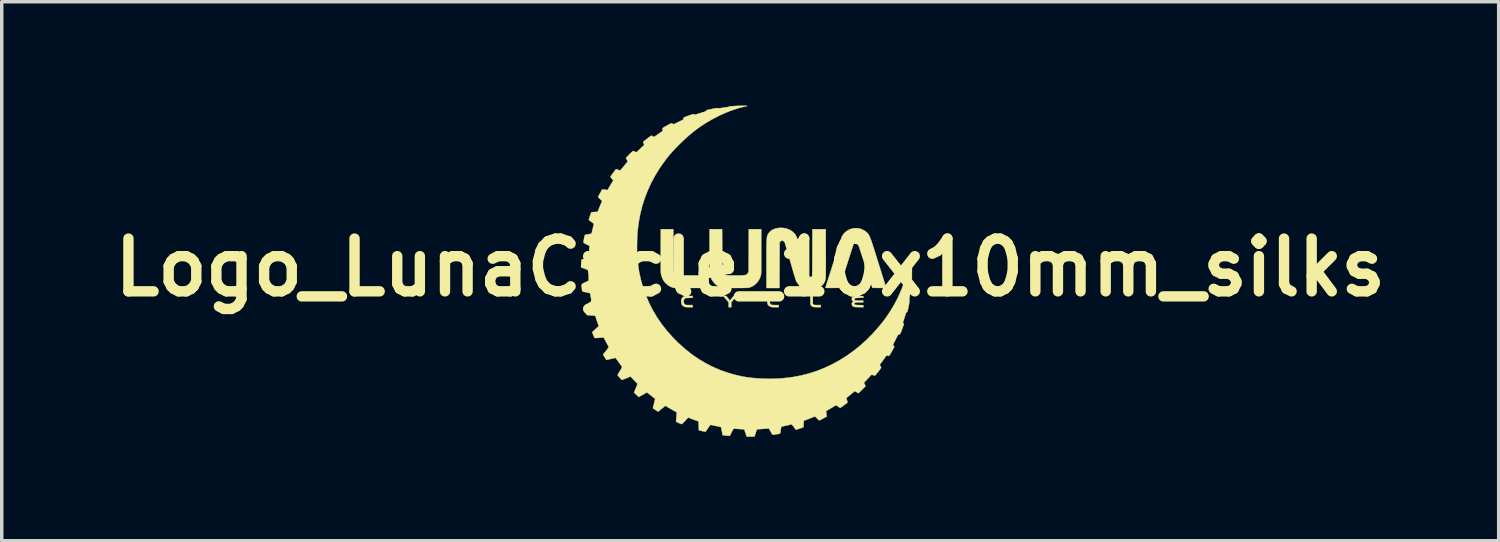
<source format=kicad_pcb>
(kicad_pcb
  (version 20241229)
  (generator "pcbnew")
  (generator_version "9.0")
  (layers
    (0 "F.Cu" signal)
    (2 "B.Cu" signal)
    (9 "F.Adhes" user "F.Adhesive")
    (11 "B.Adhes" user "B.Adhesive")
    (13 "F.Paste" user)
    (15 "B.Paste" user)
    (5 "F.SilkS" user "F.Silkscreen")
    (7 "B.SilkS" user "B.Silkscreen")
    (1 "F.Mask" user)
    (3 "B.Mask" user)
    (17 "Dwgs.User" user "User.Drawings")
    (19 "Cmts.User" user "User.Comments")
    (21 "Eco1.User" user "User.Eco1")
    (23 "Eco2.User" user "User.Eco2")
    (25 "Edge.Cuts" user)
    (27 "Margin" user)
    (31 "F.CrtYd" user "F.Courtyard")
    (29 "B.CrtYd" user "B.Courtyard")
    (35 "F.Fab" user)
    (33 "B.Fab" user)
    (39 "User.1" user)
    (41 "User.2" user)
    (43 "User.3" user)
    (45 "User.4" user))
  (footprint "Logo_LunaCycle_10x10mm_silks"
    (layer "F.Cu")
    (at 18.622 4.677)
    (property "Reference" "Logo_LunaCycle_10x10mm_silks" (at 0 0 0) (layer "F.SilkS") (effects (font (size 1.524 1.524) (thickness 0.3))))
    (attr through_hole)
    (fp_poly (pts (xy -0.425 0.862) (xy -0.446 0.888) (xy -0.473 0.918) (xy -0.499 0.949) (xy -0.502 0.953) (xy -0.546 1.004) (xy -0.546 1.076) (xy -0.546 1.147) (xy -0.623 1.147) (xy -0.623 1.006) (xy -0.679 0.941) (xy -0.704 0.911) (xy -0.728 0.883) (xy -0.748 0.86) (xy -0.757 0.85) (xy -0.779 0.824) (xy -0.689 0.824) (xy -0.639 0.889) (xy -0.618 0.916) (xy -0.601 0.937) (xy -0.589 0.95) (xy -0.585 0.954) (xy -0.579 0.948) (xy -0.566 0.933) (xy -0.547 0.91) (xy -0.531 0.889) (xy -0.481 0.825) (xy -0.436 0.824) (xy -0.391 0.824) (xy -0.425 0.862)) (stroke (width 0.01) (type solid)) (fill yes) (layer "F.SilkS"))
    (fp_poly (pts (xy 1.809 1.053) (xy 1.829 1.069) (xy 1.839 1.076) (xy 1.851 1.081) (xy 1.869 1.083) (xy 1.894 1.085) (xy 1.931 1.085) (xy 1.945 1.085) (xy 2.04 1.085) (xy 2.04 1.147) (xy 1.934 1.146) (xy 1.878 1.145) (xy 1.837 1.142) (xy 1.811 1.137) (xy 1.804 1.135) (xy 1.783 1.122) (xy 1.762 1.103) (xy 1.76 1.1) (xy 1.752 1.091) (xy 1.747 1.081) (xy 1.743 1.069) (xy 1.741 1.052) (xy 1.74 1.027) (xy 1.74 0.99) (xy 1.74 0.958) (xy 1.739 0.916) (xy 1.739 0.88) (xy 1.739 0.853) (xy 1.738 0.836) (xy 1.738 0.833) (xy 1.743 0.829) (xy 1.76 0.826) (xy 1.772 0.825) (xy 1.809 0.823) (xy 1.809 1.053)) (stroke (width 0.01) (type solid)) (fill yes) (layer "F.SilkS"))
    (fp_poly (pts (xy 0.824 0.876) (xy 0.722 0.879) (xy 0.677 0.88) (xy 0.645 0.882) (xy 0.623 0.886) (xy 0.608 0.89) (xy 0.599 0.895) (xy 0.578 0.918) (xy 0.566 0.948) (xy 0.562 0.982) (xy 0.566 1.016) (xy 0.578 1.046) (xy 0.597 1.069) (xy 0.612 1.078) (xy 0.628 1.081) (xy 0.654 1.083) (xy 0.689 1.085) (xy 0.728 1.085) (xy 0.824 1.085) (xy 0.824 1.147) (xy 0.718 1.147) (xy 0.675 1.146) (xy 0.644 1.146) (xy 0.621 1.143) (xy 0.603 1.14) (xy 0.587 1.134) (xy 0.57 1.126) (xy 0.534 1.102) (xy 0.51 1.072) (xy 0.497 1.034) (xy 0.493 0.985) (xy 0.493 0.984) (xy 0.495 0.941) (xy 0.504 0.908) (xy 0.507 0.902) (xy 0.523 0.875) (xy 0.542 0.855) (xy 0.565 0.841) (xy 0.596 0.831) (xy 0.636 0.826) (xy 0.688 0.824) (xy 0.716 0.824) (xy 0.824 0.824) (xy 0.824 0.876)) (stroke (width 0.01) (type solid)) (fill yes) (layer "F.SilkS"))
    (fp_poly (pts (xy -1.663 0.876) (xy -1.765 0.879) (xy -1.809 0.88) (xy -1.841 0.882) (xy -1.863 0.886) (xy -1.878 0.89) (xy -1.887 0.895) (xy -1.908 0.918) (xy -1.92 0.949) (xy -1.924 0.983) (xy -1.919 1.018) (xy -1.906 1.048) (xy -1.884 1.07) (xy -1.879 1.073) (xy -1.864 1.079) (xy -1.841 1.083) (xy -1.809 1.085) (xy -1.764 1.085) (xy -1.759 1.085) (xy -1.663 1.085) (xy -1.663 1.147) (xy -1.768 1.147) (xy -1.811 1.146) (xy -1.843 1.146) (xy -1.865 1.143) (xy -1.883 1.14) (xy -1.899 1.134) (xy -1.916 1.126) (xy -1.952 1.102) (xy -1.976 1.072) (xy -1.989 1.034) (xy -1.994 0.985) (xy -1.994 0.984) (xy -1.991 0.941) (xy -1.982 0.908) (xy -1.979 0.902) (xy -1.963 0.875) (xy -1.944 0.855) (xy -1.921 0.841) (xy -1.89 0.831) (xy -1.85 0.826) (xy -1.798 0.824) (xy -1.771 0.824) (xy -1.663 0.824) (xy -1.663 0.876)) (stroke (width 0.01) (type solid)) (fill yes) (layer "F.SilkS"))
    (fp_poly (pts (xy -2.217 -0.489) (xy -2.213 0.127) (xy -2.194 0.162) (xy -2.167 0.196) (xy -2.144 0.212) (xy -2.136 0.215) (xy -2.128 0.218) (xy -2.118 0.22) (xy -2.105 0.222) (xy -2.086 0.224) (xy -2.062 0.225) (xy -2.03 0.226) (xy -1.99 0.227) (xy -1.94 0.228) (xy -1.879 0.228) (xy -1.806 0.229) (xy -1.719 0.229) (xy -1.684 0.229) (xy -1.255 0.232) (xy -1.255 0.593) (xy -1.73 0.592) (xy -1.827 0.592) (xy -1.91 0.592) (xy -1.981 0.592) (xy -2.039 0.592) (xy -2.088 0.591) (xy -2.127 0.591) (xy -2.158 0.59) (xy -2.183 0.589) (xy -2.202 0.587) (xy -2.217 0.585) (xy -2.229 0.583) (xy -2.24 0.58) (xy -2.25 0.577) (xy -2.255 0.575) (xy -2.332 0.541) (xy -2.401 0.494) (xy -2.46 0.437) (xy -2.509 0.369) (xy -2.547 0.292) (xy -2.572 0.208) (xy -2.578 0.177) (xy -2.58 0.158) (xy -2.582 0.123) (xy -2.583 0.074) (xy -2.584 0.009) (xy -2.584 -0.071) (xy -2.585 -0.166) (xy -2.585 -0.277) (xy -2.585 -0.403) (xy -2.585 -0.489) (xy -2.582 -1.105) (xy -2.221 -1.105) (xy -2.217 -0.489)) (stroke (width 0.01) (type solid)) (fill yes) (layer "F.SilkS"))
    (fp_poly (pts (xy 3.105 0.825) (xy 3.138 0.825) (xy 3.267 0.827) (xy 3.267 0.874) (xy 3.151 0.877) (xy 3.1 0.88) (xy 3.063 0.883) (xy 3.037 0.887) (xy 3.021 0.893) (xy 3.012 0.902) (xy 3.01 0.913) (xy 3.01 0.916) (xy 3.015 0.931) (xy 3.024 0.942) (xy 3.032 0.947) (xy 3.044 0.95) (xy 3.063 0.953) (xy 3.092 0.954) (xy 3.133 0.954) (xy 3.151 0.954) (xy 3.264 0.954) (xy 3.264 1.008) (xy 3.154 1.008) (xy 3.102 1.009) (xy 3.063 1.012) (xy 3.036 1.016) (xy 3.02 1.024) (xy 3.011 1.034) (xy 3.01 1.045) (xy 3.011 1.058) (xy 3.015 1.068) (xy 3.025 1.074) (xy 3.042 1.079) (xy 3.069 1.082) (xy 3.107 1.084) (xy 3.146 1.085) (xy 3.267 1.089) (xy 3.27 1.118) (xy 3.272 1.147) (xy 3.143 1.146) (xy 3.084 1.145) (xy 3.04 1.143) (xy 3.009 1.14) (xy 2.991 1.136) (xy 2.99 1.135) (xy 2.959 1.115) (xy 2.941 1.087) (xy 2.935 1.064) (xy 2.934 1.043) (xy 2.939 1.027) (xy 2.954 1.008) (xy 2.956 1.006) (xy 2.97 0.988) (xy 2.974 0.979) (xy 2.97 0.974) (xy 2.968 0.973) (xy 2.954 0.961) (xy 2.941 0.941) (xy 2.934 0.918) (xy 2.933 0.908) (xy 2.94 0.879) (xy 2.958 0.853) (xy 2.982 0.836) (xy 2.995 0.831) (xy 3.011 0.828) (xy 3.033 0.826) (xy 3.063 0.825) (xy 3.105 0.825)) (stroke (width 0.01) (type solid)) (fill yes) (layer "F.SilkS"))
    (fp_poly (pts (xy -0.808 -0.489) (xy -0.807 -0.375) (xy -0.807 -0.276) (xy -0.806 -0.19) (xy -0.806 -0.117) (xy -0.805 -0.054) (xy -0.804 -0.002) (xy -0.802 0.041) (xy -0.801 0.075) (xy -0.799 0.103) (xy -0.796 0.125) (xy -0.793 0.142) (xy -0.789 0.154) (xy -0.785 0.164) (xy -0.78 0.172) (xy -0.774 0.179) (xy -0.767 0.186) (xy -0.762 0.191) (xy -0.752 0.2) (xy -0.742 0.208) (xy -0.73 0.214) (xy -0.713 0.219) (xy -0.691 0.222) (xy -0.662 0.225) (xy -0.623 0.226) (xy -0.574 0.228) (xy -0.512 0.229) (xy -0.457 0.229) (xy -0.373 0.23) (xy -0.304 0.23) (xy -0.247 0.229) (xy -0.2 0.226) (xy -0.164 0.222) (xy -0.135 0.217) (xy -0.113 0.208) (xy -0.096 0.198) (xy -0.083 0.184) (xy -0.071 0.168) (xy -0.063 0.153) (xy -0.045 0.117) (xy -0.044 -0.494) (xy -0.042 -1.105) (xy 0.319 -1.105) (xy 0.319 -0.458) (xy 0.319 -0.343) (xy 0.319 -0.242) (xy 0.319 -0.154) (xy 0.319 -0.079) (xy 0.319 -0.014) (xy 0.318 0.04) (xy 0.318 0.085) (xy 0.317 0.121) (xy 0.316 0.151) (xy 0.315 0.175) (xy 0.313 0.194) (xy 0.311 0.209) (xy 0.309 0.221) (xy 0.307 0.231) (xy 0.305 0.239) (xy 0.275 0.319) (xy 0.233 0.392) (xy 0.18 0.456) (xy 0.118 0.51) (xy 0.048 0.553) (xy -0.023 0.58) (xy -0.034 0.583) (xy -0.049 0.586) (xy -0.067 0.588) (xy -0.091 0.589) (xy -0.122 0.59) (xy -0.161 0.591) (xy -0.21 0.592) (xy -0.27 0.592) (xy -0.343 0.592) (xy -0.429 0.593) (xy -0.431 0.593) (xy -0.515 0.592) (xy -0.586 0.592) (xy -0.644 0.592) (xy -0.691 0.592) (xy -0.729 0.591) (xy -0.758 0.59) (xy -0.781 0.589) (xy -0.799 0.587) (xy -0.813 0.584) (xy -0.826 0.582) (xy -0.837 0.578) (xy -0.849 0.574) (xy -0.902 0.552) (xy -0.947 0.527) (xy -0.989 0.495) (xy -1.028 0.459) (xy -1.079 0.399) (xy -1.114 0.342) (xy -1.124 0.322) (xy -1.133 0.304) (xy -1.141 0.288) (xy -1.148 0.271) (xy -1.154 0.253) (xy -1.158 0.233) (xy -1.162 0.21) (xy -1.166 0.181) (xy -1.168 0.148) (xy -1.17 0.108) (xy -1.172 0.06) (xy -1.173 0.003) (xy -1.173 -0.063) (xy -1.174 -0.141) (xy -1.174 -0.23) (xy -1.174 -0.333) (xy -1.174 -0.449) (xy -1.174 -1.105) (xy -0.812 -1.105) (xy -0.808 -0.489)) (stroke (width 0.01) (type solid)) (fill yes) (layer "F.SilkS"))
    (fp_poly (pts (xy 3.169 -1.122) (xy 3.181 -1.119) (xy 3.239 -1.097) (xy 3.295 -1.068) (xy 3.346 -1.033) (xy 3.381 -1.001) (xy 3.397 -0.984) (xy 3.411 -0.965) (xy 3.424 -0.945) (xy 3.438 -0.922) (xy 3.451 -0.895) (xy 3.466 -0.861) (xy 3.481 -0.821) (xy 3.499 -0.773) (xy 3.518 -0.716) (xy 3.54 -0.649) (xy 3.566 -0.57) (xy 3.595 -0.478) (xy 3.618 -0.404) (xy 3.646 -0.315) (xy 3.675 -0.221) (xy 3.705 -0.125) (xy 3.735 -0.03) (xy 3.764 0.062) (xy 3.79 0.148) (xy 3.815 0.225) (xy 3.835 0.29) (xy 3.838 0.299) (xy 3.857 0.361) (xy 3.876 0.42) (xy 3.892 0.472) (xy 3.905 0.516) (xy 3.916 0.551) (xy 3.923 0.574) (xy 3.925 0.585) (xy 3.925 0.585) (xy 3.918 0.588) (xy 3.896 0.59) (xy 3.86 0.591) (xy 3.811 0.591) (xy 3.75 0.591) (xy 3.728 0.591) (xy 3.53 0.589) (xy 3.493 0.477) (xy 3.485 0.451) (xy 3.472 0.412) (xy 3.456 0.361) (xy 3.436 0.3) (xy 3.414 0.23) (xy 3.389 0.153) (xy 3.362 0.07) (xy 3.334 -0.017) (xy 3.305 -0.106) (xy 3.283 -0.173) (xy 3.255 -0.261) (xy 3.227 -0.345) (xy 3.201 -0.424) (xy 3.177 -0.497) (xy 3.156 -0.562) (xy 3.137 -0.618) (xy 3.121 -0.664) (xy 3.108 -0.699) (xy 3.099 -0.722) (xy 3.095 -0.731) (xy 3.074 -0.748) (xy 3.054 -0.753) (xy 3.033 -0.752) (xy 3.018 -0.743) (xy 3.011 -0.734) (xy 3.009 -0.729) (xy 3.006 -0.723) (xy 3.002 -0.715) (xy 2.997 -0.703) (xy 2.991 -0.687) (xy 2.984 -0.667) (xy 2.975 -0.641) (xy 2.964 -0.609) (xy 2.951 -0.569) (xy 2.936 -0.522) (xy 2.918 -0.467) (xy 2.897 -0.402) (xy 2.873 -0.328) (xy 2.846 -0.242) (xy 2.815 -0.145) (xy 2.78 -0.037) (xy 2.742 0.085) (xy 2.698 0.221) (xy 2.683 0.269) (xy 2.581 0.589) (xy 2.381 0.591) (xy 2.327 0.591) (xy 2.278 0.591) (xy 2.237 0.591) (xy 2.205 0.59) (xy 2.184 0.589) (xy 2.177 0.588) (xy 2.177 0.58) (xy 2.181 0.56) (xy 2.189 0.532) (xy 2.194 0.517) (xy 2.2 0.497) (xy 2.211 0.464) (xy 2.225 0.419) (xy 2.243 0.365) (xy 2.263 0.302) (xy 2.285 0.234) (xy 2.308 0.16) (xy 2.332 0.083) (xy 2.343 0.05) (xy 2.386 -0.085) (xy 2.424 -0.205) (xy 2.458 -0.313) (xy 2.489 -0.409) (xy 2.516 -0.493) (xy 2.539 -0.566) (xy 2.56 -0.63) (xy 2.578 -0.684) (xy 2.593 -0.731) (xy 2.606 -0.77) (xy 2.617 -0.802) (xy 2.626 -0.829) (xy 2.634 -0.851) (xy 2.64 -0.868) (xy 2.646 -0.882) (xy 2.651 -0.894) (xy 2.655 -0.904) (xy 2.656 -0.905) (xy 2.694 -0.966) (xy 2.744 -1.019) (xy 2.803 -1.063) (xy 2.869 -1.098) (xy 2.941 -1.122) (xy 3.016 -1.134) (xy 3.093 -1.135) (xy 3.169 -1.122)) (stroke (width 0.01) (type solid)) (fill yes) (layer "F.SilkS"))
    (fp_poly (pts (xy 0.978 -1.139) (xy 1.059 -1.12) (xy 1.136 -1.09) (xy 1.205 -1.049) (xy 1.258 -1.004) (xy 1.273 -0.988) (xy 1.287 -0.973) (xy 1.3 -0.957) (xy 1.312 -0.939) (xy 1.323 -0.919) (xy 1.335 -0.894) (xy 1.348 -0.864) (xy 1.361 -0.828) (xy 1.376 -0.785) (xy 1.393 -0.733) (xy 1.411 -0.673) (xy 1.433 -0.601) (xy 1.457 -0.519) (xy 1.484 -0.424) (xy 1.515 -0.315) (xy 1.521 -0.296) (xy 1.546 -0.209) (xy 1.57 -0.125) (xy 1.592 -0.047) (xy 1.613 0.024) (xy 1.632 0.088) (xy 1.648 0.143) (xy 1.662 0.188) (xy 1.672 0.221) (xy 1.678 0.241) (xy 1.681 0.248) (xy 1.699 0.264) (xy 1.724 0.273) (xy 1.751 0.274) (xy 1.775 0.267) (xy 1.785 0.259) (xy 1.787 0.25) (xy 1.788 0.228) (xy 1.79 0.193) (xy 1.791 0.144) (xy 1.792 0.081) (xy 1.793 0.004) (xy 1.794 -0.088) (xy 1.794 -0.194) (xy 1.795 -0.315) (xy 1.795 -0.428) (xy 1.797 -1.105) (xy 2.182 -1.105) (xy 2.184 -0.412) (xy 2.185 -0.287) (xy 2.185 -0.177) (xy 2.185 -0.081) (xy 2.185 0.004) (xy 2.185 0.076) (xy 2.184 0.139) (xy 2.183 0.192) (xy 2.182 0.237) (xy 2.18 0.274) (xy 2.178 0.306) (xy 2.175 0.331) (xy 2.171 0.353) (xy 2.167 0.371) (xy 2.162 0.387) (xy 2.156 0.402) (xy 2.15 0.416) (xy 2.142 0.431) (xy 2.14 0.436) (xy 2.106 0.488) (xy 2.061 0.536) (xy 2.007 0.577) (xy 1.949 0.608) (xy 1.893 0.627) (xy 1.846 0.635) (xy 1.798 0.638) (xy 1.744 0.635) (xy 1.682 0.627) (xy 1.622 0.616) (xy 1.573 0.602) (xy 1.528 0.585) (xy 1.489 0.565) (xy 1.448 0.538) (xy 1.407 0.501) (xy 1.37 0.46) (xy 1.341 0.419) (xy 1.33 0.4) (xy 1.324 0.383) (xy 1.314 0.354) (xy 1.301 0.313) (xy 1.286 0.263) (xy 1.268 0.206) (xy 1.249 0.142) (xy 1.23 0.075) (xy 1.22 0.042) (xy 1.184 -0.084) (xy 1.152 -0.195) (xy 1.124 -0.294) (xy 1.099 -0.38) (xy 1.077 -0.455) (xy 1.058 -0.519) (xy 1.042 -0.573) (xy 1.029 -0.617) (xy 1.018 -0.653) (xy 1.009 -0.682) (xy 1.002 -0.704) (xy 0.997 -0.719) (xy 0.992 -0.73) (xy 0.989 -0.736) (xy 0.989 -0.736) (xy 0.965 -0.762) (xy 0.936 -0.774) (xy 0.906 -0.773) (xy 0.877 -0.758) (xy 0.869 -0.75) (xy 0.851 -0.73) (xy 0.846 0.593) (xy 0.47 0.593) (xy 0.47 -0.092) (xy 0.47 -0.218) (xy 0.47 -0.329) (xy 0.47 -0.427) (xy 0.47 -0.513) (xy 0.471 -0.587) (xy 0.472 -0.651) (xy 0.473 -0.705) (xy 0.474 -0.751) (xy 0.476 -0.79) (xy 0.478 -0.822) (xy 0.481 -0.849) (xy 0.484 -0.872) (xy 0.488 -0.891) (xy 0.492 -0.907) (xy 0.497 -0.923) (xy 0.502 -0.937) (xy 0.524 -0.979) (xy 0.556 -1.021) (xy 0.596 -1.058) (xy 0.64 -1.088) (xy 0.649 -1.093) (xy 0.728 -1.123) (xy 0.81 -1.141) (xy 0.894 -1.146) (xy 0.978 -1.139)) (stroke (width 0.01) (type solid)) (fill yes) (layer "F.SilkS"))
    (fp_poly (pts (xy -0.154 -4.672) (xy -0.121 -4.671) (xy -0.098 -4.669) (xy -0.089 -4.666) (xy -0.089 -4.664) (xy -0.099 -4.658) (xy -0.111 -4.657) (xy -0.126 -4.655) (xy -0.154 -4.649) (xy -0.19 -4.64) (xy -0.233 -4.63) (xy -0.279 -4.618) (xy -0.327 -4.605) (xy -0.372 -4.592) (xy -0.408 -4.581) (xy -0.575 -4.524) (xy -0.747 -4.454) (xy -0.92 -4.374) (xy -1.092 -4.284) (xy -1.261 -4.186) (xy -1.423 -4.082) (xy -1.566 -3.979) (xy -1.671 -3.897) (xy -1.782 -3.804) (xy -1.894 -3.703) (xy -2.006 -3.597) (xy -2.115 -3.488) (xy -2.218 -3.38) (xy -2.312 -3.274) (xy -2.347 -3.233) (xy -2.383 -3.189) (xy -2.424 -3.136) (xy -2.468 -3.076) (xy -2.513 -3.015) (xy -2.556 -2.954) (xy -2.595 -2.899) (xy -2.613 -2.872) (xy -2.743 -2.661) (xy -2.859 -2.446) (xy -2.96 -2.226) (xy -3.047 -2.003) (xy -3.12 -1.773) (xy -3.178 -1.539) (xy -3.222 -1.297) (xy -3.252 -1.054) (xy -3.258 -0.982) (xy -3.263 -0.898) (xy -3.266 -0.806) (xy -3.269 -0.71) (xy -3.27 -0.614) (xy -3.269 -0.522) (xy -3.268 -0.437) (xy -3.265 -0.362) (xy -3.264 -0.35) (xy -3.25 -0.18) (xy -3.23 -0.012) (xy -3.206 0.139) (xy -3.155 0.369) (xy -3.09 0.595) (xy -3.011 0.815) (xy -2.918 1.03) (xy -2.811 1.239) (xy -2.69 1.441) (xy -2.555 1.638) (xy -2.407 1.827) (xy -2.246 2.009) (xy -2.072 2.184) (xy -1.884 2.352) (xy -1.866 2.367) (xy -1.682 2.512) (xy -1.492 2.643) (xy -1.297 2.76) (xy -1.096 2.864) (xy -0.887 2.955) (xy -0.777 2.996) (xy -0.699 3.023) (xy -0.612 3.051) (xy -0.522 3.077) (xy -0.43 3.102) (xy -0.342 3.123) (xy -0.262 3.141) (xy -0.208 3.152) (xy -0.154 3.161) (xy -0.112 3.168) (xy -0.078 3.173) (xy -0.048 3.178) (xy -0.018 3.182) (xy 0.015 3.185) (xy 0.056 3.19) (xy 0.058 3.19) (xy 0.321 3.21) (xy 0.581 3.216) (xy 0.839 3.208) (xy 1.093 3.184) (xy 1.24 3.164) (xy 1.475 3.119) (xy 1.706 3.06) (xy 1.932 2.986) (xy 2.155 2.898) (xy 2.372 2.795) (xy 2.583 2.679) (xy 2.789 2.55) (xy 2.989 2.407) (xy 3.183 2.251) (xy 3.369 2.082) (xy 3.548 1.901) (xy 3.719 1.707) (xy 3.854 1.539) (xy 3.931 1.434) (xy 4.01 1.318) (xy 4.087 1.196) (xy 4.16 1.072) (xy 4.226 0.951) (xy 4.281 0.84) (xy 4.379 0.615) (xy 4.464 0.382) (xy 4.534 0.145) (xy 4.567 0.008) (xy 4.58 -0.052) (xy 4.593 -0.113) (xy 4.604 -0.175) (xy 4.615 -0.233) (xy 4.623 -0.286) (xy 4.629 -0.331) (xy 4.633 -0.365) (xy 4.634 -0.38) (xy 4.635 -0.403) (xy 4.64 -0.417) (xy 4.645 -0.419) (xy 4.65 -0.407) (xy 4.652 -0.399) (xy 4.657 -0.357) (xy 4.662 -0.304) (xy 4.666 -0.243) (xy 4.669 -0.175) (xy 4.671 -0.1) (xy 4.672 -0.022) (xy 4.673 0.058) (xy 4.673 0.139) (xy 4.672 0.219) (xy 4.671 0.296) (xy 4.669 0.369) (xy 4.666 0.436) (xy 4.662 0.496) (xy 4.658 0.546) (xy 4.654 0.585) (xy 4.648 0.611) (xy 4.644 0.621) (xy 4.636 0.641) (xy 4.633 0.664) (xy 4.632 0.68) (xy 4.628 0.708) (xy 4.623 0.744) (xy 4.616 0.787) (xy 4.611 0.816) (xy 4.603 0.867) (xy 4.598 0.905) (xy 4.596 0.932) (xy 4.596 0.949) (xy 4.598 0.956) (xy 4.601 0.966) (xy 4.6 0.982) (xy 4.597 1.008) (xy 4.591 1.045) (xy 4.581 1.094) (xy 4.578 1.112) (xy 4.566 1.169) (xy 4.556 1.213) (xy 4.549 1.245) (xy 4.542 1.267) (xy 4.537 1.281) (xy 4.531 1.289) (xy 4.525 1.293) (xy 4.519 1.293) (xy 4.506 1.299) (xy 4.499 1.316) (xy 4.495 1.331) (xy 4.487 1.357) (xy 4.476 1.393) (xy 4.463 1.434) (xy 4.452 1.468) (xy 4.411 1.597) (xy 4.427 1.614) (xy 4.443 1.631) (xy 4.402 1.741) (xy 4.381 1.798) (xy 4.365 1.843) (xy 4.351 1.876) (xy 4.34 1.9) (xy 4.331 1.916) (xy 4.323 1.925) (xy 4.314 1.931) (xy 4.304 1.933) (xy 4.3 1.933) (xy 4.291 1.934) (xy 4.283 1.937) (xy 4.276 1.943) (xy 4.267 1.954) (xy 4.257 1.971) (xy 4.243 1.997) (xy 4.225 2.033) (xy 4.201 2.081) (xy 4.198 2.088) (xy 4.122 2.24) (xy 4.166 2.285) (xy 4.124 2.365) (xy 4.088 2.43) (xy 4.059 2.481) (xy 4.036 2.519) (xy 4.018 2.543) (xy 4.006 2.554) (xy 4.003 2.555) (xy 3.988 2.553) (xy 3.966 2.549) (xy 3.963 2.548) (xy 3.935 2.542) (xy 3.897 2.597) (xy 3.877 2.625) (xy 3.852 2.661) (xy 3.824 2.7) (xy 3.8 2.732) (xy 3.741 2.812) (xy 3.755 2.836) (xy 3.768 2.857) (xy 3.779 2.876) (xy 3.779 2.876) (xy 3.782 2.882) (xy 3.782 2.89) (xy 3.778 2.901) (xy 3.769 2.917) (xy 3.753 2.939) (xy 3.73 2.97) (xy 3.702 3.006) (xy 3.674 3.042) (xy 3.648 3.073) (xy 3.627 3.099) (xy 3.612 3.116) (xy 3.604 3.123) (xy 3.592 3.122) (xy 3.571 3.117) (xy 3.551 3.111) (xy 3.508 3.094) (xy 3.434 3.173) (xy 3.403 3.206) (xy 3.373 3.238) (xy 3.345 3.267) (xy 3.325 3.288) (xy 3.323 3.29) (xy 3.286 3.328) (xy 3.31 3.378) (xy 3.333 3.428) (xy 3.231 3.53) (xy 3.129 3.633) (xy 3.019 3.573) (xy 2.977 3.608) (xy 2.955 3.627) (xy 2.924 3.652) (xy 2.89 3.68) (xy 2.859 3.704) (xy 2.83 3.728) (xy 2.806 3.747) (xy 2.788 3.761) (xy 2.78 3.768) (xy 2.78 3.768) (xy 2.781 3.775) (xy 2.785 3.795) (xy 2.792 3.821) (xy 2.796 3.835) (xy 2.805 3.869) (xy 2.809 3.891) (xy 2.808 3.904) (xy 2.806 3.907) (xy 2.755 3.946) (xy 2.709 3.98) (xy 2.669 4.009) (xy 2.637 4.032) (xy 2.614 4.048) (xy 2.601 4.056) (xy 2.6 4.056) (xy 2.59 4.052) (xy 2.572 4.04) (xy 2.548 4.024) (xy 2.54 4.018) (xy 2.515 4) (xy 2.495 3.987) (xy 2.483 3.98) (xy 2.481 3.979) (xy 2.472 3.983) (xy 2.453 3.994) (xy 2.426 4.009) (xy 2.393 4.029) (xy 2.382 4.036) (xy 2.343 4.059) (xy 2.304 4.082) (xy 2.269 4.102) (xy 2.243 4.117) (xy 2.241 4.118) (xy 2.192 4.145) (xy 2.197 4.183) (xy 2.201 4.215) (xy 2.205 4.25) (xy 2.206 4.264) (xy 2.211 4.306) (xy 2.107 4.362) (xy 2.071 4.382) (xy 2.039 4.398) (xy 2.014 4.41) (xy 1.998 4.417) (xy 1.995 4.418) (xy 1.985 4.413) (xy 1.969 4.399) (xy 1.948 4.378) (xy 1.937 4.367) (xy 1.915 4.344) (xy 1.895 4.325) (xy 1.88 4.312) (xy 1.877 4.31) (xy 1.865 4.309) (xy 1.843 4.314) (xy 1.81 4.326) (xy 1.785 4.336) (xy 1.741 4.354) (xy 1.692 4.374) (xy 1.645 4.391) (xy 1.627 4.398) (xy 1.549 4.427) (xy 1.538 4.618) (xy 1.431 4.653) (xy 1.393 4.665) (xy 1.361 4.675) (xy 1.336 4.683) (xy 1.323 4.687) (xy 1.321 4.687) (xy 1.315 4.682) (xy 1.303 4.666) (xy 1.285 4.642) (xy 1.263 4.613) (xy 1.262 4.61) (xy 1.239 4.581) (xy 1.22 4.557) (xy 1.205 4.54) (xy 1.196 4.534) (xy 1.196 4.534) (xy 1.185 4.535) (xy 1.163 4.54) (xy 1.132 4.547) (xy 1.095 4.555) (xy 1.092 4.556) (xy 1.05 4.566) (xy 1.008 4.575) (xy 0.971 4.584) (xy 0.947 4.589) (xy 0.897 4.599) (xy 0.881 4.697) (xy 0.875 4.734) (xy 0.869 4.765) (xy 0.864 4.787) (xy 0.862 4.798) (xy 0.861 4.798) (xy 0.853 4.801) (xy 0.833 4.805) (xy 0.804 4.81) (xy 0.771 4.816) (xy 0.736 4.822) (xy 0.703 4.827) (xy 0.676 4.831) (xy 0.658 4.833) (xy 0.653 4.834) (xy 0.643 4.827) (xy 0.628 4.806) (xy 0.607 4.77) (xy 0.592 4.743) (xy 0.574 4.71) (xy 0.559 4.682) (xy 0.549 4.662) (xy 0.544 4.652) (xy 0.543 4.652) (xy 0.536 4.652) (xy 0.515 4.653) (xy 0.483 4.655) (xy 0.443 4.658) (xy 0.395 4.661) (xy 0.367 4.663) (xy 0.191 4.676) (xy 0.125 4.884) (xy -0.099 4.888) (xy -0.111 4.855) (xy -0.119 4.833) (xy -0.13 4.802) (xy -0.142 4.766) (xy -0.148 4.749) (xy -0.173 4.676) (xy -0.304 4.667) (xy -0.349 4.664) (xy -0.391 4.661) (xy -0.426 4.659) (xy -0.45 4.658) (xy -0.46 4.657) (xy -0.47 4.658) (xy -0.478 4.66) (xy -0.486 4.667) (xy -0.495 4.681) (xy -0.507 4.703) (xy -0.524 4.735) (xy -0.537 4.761) (xy -0.589 4.864) (xy -0.616 4.864) (xy -0.635 4.863) (xy -0.665 4.86) (xy -0.7 4.857) (xy -0.72 4.854) (xy -0.797 4.845) (xy -0.819 4.73) (xy -0.827 4.69) (xy -0.834 4.655) (xy -0.839 4.629) (xy -0.843 4.614) (xy -0.844 4.611) (xy -0.852 4.609) (xy -0.872 4.604) (xy -0.902 4.598) (xy -0.939 4.59) (xy -0.953 4.587) (xy -0.997 4.578) (xy -1.038 4.569) (xy -1.074 4.561) (xy -1.1 4.555) (xy -1.104 4.555) (xy -1.121 4.55) (xy -1.135 4.548) (xy -1.146 4.55) (xy -1.157 4.557) (xy -1.171 4.571) (xy -1.187 4.594) (xy -1.21 4.627) (xy -1.231 4.658) (xy -1.252 4.69) (xy -1.271 4.716) (xy -1.285 4.736) (xy -1.293 4.745) (xy -1.293 4.745) (xy -1.302 4.745) (xy -1.323 4.741) (xy -1.351 4.735) (xy -1.383 4.728) (xy -1.415 4.72) (xy -1.445 4.713) (xy -1.468 4.706) (xy -1.481 4.702) (xy -1.482 4.701) (xy -1.483 4.693) (xy -1.484 4.672) (xy -1.486 4.641) (xy -1.488 4.603) (xy -1.489 4.572) (xy -1.491 4.53) (xy -1.493 4.493) (xy -1.494 4.465) (xy -1.495 4.448) (xy -1.496 4.445) (xy -1.503 4.442) (xy -1.522 4.435) (xy -1.551 4.425) (xy -1.586 4.412) (xy -1.605 4.405) (xy -1.647 4.39) (xy -1.687 4.375) (xy -1.722 4.362) (xy -1.747 4.352) (xy -1.752 4.35) (xy -1.792 4.334) (xy -1.879 4.429) (xy -1.909 4.461) (xy -1.936 4.488) (xy -1.958 4.509) (xy -1.973 4.522) (xy -1.979 4.525) (xy -1.99 4.522) (xy -2.01 4.514) (xy -2.038 4.503) (xy -2.068 4.49) (xy -2.096 4.477) (xy -2.121 4.465) (xy -2.137 4.456) (xy -2.14 4.453) (xy -2.141 4.445) (xy -2.14 4.424) (xy -2.138 4.392) (xy -2.135 4.353) (xy -2.132 4.318) (xy -2.127 4.27) (xy -2.125 4.235) (xy -2.123 4.211) (xy -2.124 4.195) (xy -2.125 4.186) (xy -2.129 4.18) (xy -2.135 4.176) (xy -2.136 4.176) (xy -2.149 4.168) (xy -2.173 4.155) (xy -2.201 4.14) (xy -2.213 4.133) (xy -2.245 4.116) (xy -2.284 4.093) (xy -2.326 4.068) (xy -2.361 4.048) (xy -2.448 3.995) (xy -2.662 4.165) (xy -2.734 4.117) (xy -2.763 4.098) (xy -2.787 4.082) (xy -2.803 4.07) (xy -2.809 4.066) (xy -2.809 4.058) (xy -2.805 4.038) (xy -2.798 4.007) (xy -2.789 3.969) (xy -2.779 3.928) (xy -2.745 3.793) (xy -2.767 3.776) (xy -2.781 3.766) (xy -2.804 3.748) (xy -2.834 3.725) (xy -2.867 3.698) (xy -2.884 3.685) (xy -2.916 3.659) (xy -2.945 3.637) (xy -2.967 3.621) (xy -2.98 3.611) (xy -2.983 3.61) (xy -2.992 3.614) (xy -3.011 3.624) (xy -3.039 3.639) (xy -3.073 3.659) (xy -3.103 3.676) (xy -3.218 3.742) (xy -3.287 3.679) (xy -3.313 3.655) (xy -3.335 3.634) (xy -3.35 3.62) (xy -3.356 3.614) (xy -3.356 3.614) (xy -3.353 3.606) (xy -3.345 3.587) (xy -3.334 3.558) (xy -3.319 3.522) (xy -3.306 3.49) (xy -3.289 3.449) (xy -3.275 3.414) (xy -3.264 3.386) (xy -3.258 3.368) (xy -3.256 3.363) (xy -3.261 3.356) (xy -3.275 3.34) (xy -3.297 3.316) (xy -3.324 3.287) (xy -3.356 3.254) (xy -3.357 3.254) (xy -3.457 3.15) (xy -3.569 3.195) (xy -3.608 3.211) (xy -3.644 3.225) (xy -3.673 3.236) (xy -3.692 3.243) (xy -3.697 3.245) (xy -3.706 3.245) (xy -3.717 3.24) (xy -3.731 3.227) (xy -3.75 3.206) (xy -3.774 3.179) (xy -3.833 3.108) (xy -3.812 3.072) (xy -3.8 3.051) (xy -3.782 3.021) (xy -3.761 2.986) (xy -3.743 2.956) (xy -3.723 2.921) (xy -3.709 2.893) (xy -3.702 2.874) (xy -3.702 2.868) (xy -3.708 2.859) (xy -3.722 2.84) (xy -3.742 2.813) (xy -3.767 2.779) (xy -3.794 2.742) (xy -3.798 2.736) (xy -3.826 2.699) (xy -3.85 2.665) (xy -3.87 2.638) (xy -3.884 2.62) (xy -3.89 2.611) (xy -3.89 2.611) (xy -3.898 2.612) (xy -3.918 2.617) (xy -3.948 2.624) (xy -3.986 2.632) (xy -4.018 2.64) (xy -4.06 2.65) (xy -4.098 2.659) (xy -4.127 2.665) (xy -4.147 2.668) (xy -4.153 2.668) (xy -4.16 2.66) (xy -4.173 2.643) (xy -4.19 2.618) (xy -4.207 2.591) (xy -4.224 2.564) (xy -4.238 2.54) (xy -4.247 2.522) (xy -4.249 2.516) (xy -4.244 2.508) (xy -4.231 2.49) (xy -4.212 2.464) (xy -4.187 2.434) (xy -4.168 2.411) (xy -4.141 2.377) (xy -4.118 2.348) (xy -4.1 2.324) (xy -4.089 2.308) (xy -4.087 2.303) (xy -4.091 2.293) (xy -4.1 2.272) (xy -4.114 2.245) (xy -4.125 2.226) (xy -4.146 2.186) (xy -4.17 2.141) (xy -4.193 2.098) (xy -4.198 2.087) (xy -4.216 2.053) (xy -4.229 2.032) (xy -4.238 2.022) (xy -4.246 2.019) (xy -4.247 2.019) (xy -4.262 2.022) (xy -4.287 2.025) (xy -4.32 2.028) (xy -4.358 2.031) (xy -4.396 2.034) (xy -4.432 2.037) (xy -4.461 2.038) (xy -4.482 2.038) (xy -4.489 2.038) (xy -4.496 2.029) (xy -4.507 2.01) (xy -4.52 1.982) (xy -4.533 1.952) (xy -4.566 1.87) (xy -4.506 1.814) (xy -4.476 1.786) (xy -4.446 1.759) (xy -4.42 1.735) (xy -4.409 1.725) (xy -4.373 1.692) (xy -4.391 1.645) (xy -4.401 1.619) (xy -4.414 1.583) (xy -4.428 1.542) (xy -4.442 1.499) (xy -4.442 1.497) (xy -4.454 1.46) (xy -4.465 1.429) (xy -4.472 1.407) (xy -4.476 1.395) (xy -4.477 1.394) (xy -4.485 1.393) (xy -4.505 1.391) (xy -4.536 1.389) (xy -4.574 1.386) (xy -4.6 1.384) (xy -4.642 1.381) (xy -4.678 1.378) (xy -4.706 1.375) (xy -4.722 1.371) (xy -4.726 1.37) (xy -4.73 1.36) (xy -4.736 1.339) (xy -4.743 1.311) (xy -4.751 1.279) (xy -4.758 1.247) (xy -4.765 1.218) (xy -4.769 1.195) (xy -4.771 1.183) (xy -4.771 1.182) (xy -4.764 1.178) (xy -4.746 1.166) (xy -4.721 1.148) (xy -4.689 1.127) (xy -4.667 1.113) (xy -4.567 1.046) (xy -4.577 1.002) (xy -4.582 0.977) (xy -4.589 0.942) (xy -4.597 0.901) (xy -4.604 0.858) (xy -4.605 0.852) (xy -4.612 0.813) (xy -4.619 0.781) (xy -4.624 0.756) (xy -4.627 0.744) (xy -4.628 0.742) (xy -4.636 0.74) (xy -4.657 0.735) (xy -4.687 0.728) (xy -4.724 0.721) (xy -4.734 0.718) (xy -4.773 0.71) (xy -4.806 0.703) (xy -4.831 0.696) (xy -4.845 0.691) (xy -4.846 0.69) (xy -4.851 0.679) (xy -4.856 0.656) (xy -4.861 0.626) (xy -4.864 0.602) (xy -4.869 0.558) (xy -4.872 0.526) (xy -4.871 0.503) (xy -4.864 0.486) (xy -4.851 0.472) (xy -4.828 0.459) (xy -4.795 0.442) (xy -4.768 0.429) (xy -4.664 0.377) (xy -4.669 0.229) (xy -4.671 0.171) (xy -4.674 0.127) (xy -4.677 0.097) (xy -4.68 0.079) (xy -4.684 0.073) (xy -4.694 0.068) (xy -4.716 0.058) (xy -4.747 0.047) (xy -4.783 0.034) (xy -4.79 0.031) (xy -4.887 -0.003) (xy -4.883 -0.111) (xy -4.881 -0.151) (xy -4.878 -0.184) (xy -4.876 -0.209) (xy -4.874 -0.223) (xy -4.873 -0.224) (xy -4.864 -0.229) (xy -4.844 -0.236) (xy -4.815 -0.246) (xy -4.78 -0.257) (xy -4.779 -0.258) (xy -4.743 -0.269) (xy -4.712 -0.28) (xy -4.689 -0.289) (xy -4.678 -0.295) (xy -4.673 -0.303) (xy -4.669 -0.322) (xy -4.665 -0.351) (xy -4.66 -0.393) (xy -4.658 -0.431) (xy -4.654 -0.476) (xy -4.651 -0.519) (xy -4.647 -0.555) (xy -4.645 -0.581) (xy -4.644 -0.59) (xy -4.639 -0.623) (xy -4.729 -0.667) (xy -4.767 -0.687) (xy -4.793 -0.702) (xy -4.809 -0.713) (xy -4.817 -0.722) (xy -4.818 -0.727) (xy -4.816 -0.744) (xy -4.812 -0.77) (xy -4.806 -0.803) (xy -4.799 -0.838) (xy -4.792 -0.873) (xy -4.785 -0.903) (xy -4.779 -0.926) (xy -4.775 -0.938) (xy -4.775 -0.939) (xy -4.765 -0.943) (xy -4.743 -0.948) (xy -4.713 -0.954) (xy -4.687 -0.958) (xy -4.646 -0.965) (xy -4.617 -0.97) (xy -4.598 -0.975) (xy -4.587 -0.982) (xy -4.58 -0.992) (xy -4.576 -1.006) (xy -4.573 -1.022) (xy -4.567 -1.048) (xy -4.558 -1.083) (xy -4.549 -1.123) (xy -4.541 -1.156) (xy -4.532 -1.192) (xy -4.525 -1.223) (xy -4.52 -1.246) (xy -4.518 -1.257) (xy -4.524 -1.266) (xy -4.54 -1.28) (xy -4.564 -1.3) (xy -4.591 -1.32) (xy -4.62 -1.342) (xy -4.643 -1.36) (xy -4.659 -1.374) (xy -4.664 -1.381) (xy -4.661 -1.391) (xy -4.654 -1.412) (xy -4.644 -1.443) (xy -4.632 -1.479) (xy -4.627 -1.493) (xy -4.59 -1.597) (xy -4.56 -1.599) (xy -4.537 -1.6) (xy -4.506 -1.603) (xy -4.472 -1.605) (xy -4.467 -1.605) (xy -4.403 -1.61) (xy -4.394 -1.638) (xy -4.388 -1.655) (xy -4.378 -1.682) (xy -4.363 -1.718) (xy -4.346 -1.759) (xy -4.332 -1.793) (xy -4.279 -1.92) (xy -4.338 -1.979) (xy -4.397 -2.038) (xy -4.336 -2.148) (xy -4.276 -2.257) (xy -4.233 -2.252) (xy -4.201 -2.249) (xy -4.168 -2.245) (xy -4.156 -2.243) (xy -4.12 -2.238) (xy -4.072 -2.322) (xy -4.049 -2.36) (xy -4.025 -2.4) (xy -4.003 -2.435) (xy -3.989 -2.458) (xy -3.956 -2.51) (xy -3.998 -2.564) (xy -4.017 -2.589) (xy -4.03 -2.61) (xy -4.036 -2.624) (xy -4.036 -2.627) (xy -4.03 -2.636) (xy -4.016 -2.655) (xy -3.996 -2.682) (xy -3.973 -2.714) (xy -3.955 -2.738) (xy -3.88 -2.839) (xy -3.83 -2.825) (xy -3.802 -2.817) (xy -3.779 -2.81) (xy -3.766 -2.806) (xy -3.757 -2.806) (xy -3.746 -2.813) (xy -3.732 -2.827) (xy -3.711 -2.852) (xy -3.694 -2.873) (xy -3.665 -2.908) (xy -3.633 -2.947) (xy -3.604 -2.982) (xy -3.589 -3) (xy -3.568 -3.025) (xy -3.552 -3.046) (xy -3.542 -3.06) (xy -3.541 -3.063) (xy -3.544 -3.073) (xy -3.553 -3.091) (xy -3.566 -3.115) (xy -3.592 -3.16) (xy -3.53 -3.227) (xy -3.5 -3.259) (xy -3.469 -3.29) (xy -3.441 -3.317) (xy -3.425 -3.332) (xy -3.382 -3.369) (xy -3.335 -3.348) (xy -3.288 -3.327) (xy -3.189 -3.419) (xy -3.156 -3.45) (xy -3.126 -3.478) (xy -3.101 -3.502) (xy -3.083 -3.518) (xy -3.076 -3.525) (xy -3.068 -3.533) (xy -3.066 -3.542) (xy -3.068 -3.555) (xy -3.076 -3.578) (xy -3.078 -3.583) (xy -3.086 -3.607) (xy -3.09 -3.626) (xy -3.089 -3.633) (xy -3.07 -3.649) (xy -3.044 -3.669) (xy -3.013 -3.693) (xy -2.98 -3.719) (xy -2.946 -3.744) (xy -2.914 -3.768) (xy -2.887 -3.788) (xy -2.866 -3.802) (xy -2.854 -3.809) (xy -2.852 -3.81) (xy -2.843 -3.806) (xy -2.827 -3.796) (xy -2.819 -3.791) (xy -2.8 -3.779) (xy -2.785 -3.772) (xy -2.781 -3.772) (xy -2.773 -3.776) (xy -2.753 -3.788) (xy -2.726 -3.806) (xy -2.693 -3.829) (xy -2.658 -3.853) (xy -2.621 -3.88) (xy -2.588 -3.903) (xy -2.561 -3.922) (xy -2.542 -3.934) (xy -2.534 -3.939) (xy -2.528 -3.949) (xy -2.528 -3.971) (xy -2.534 -4.002) (xy -2.537 -4.011) (xy -2.535 -4.018) (xy -2.526 -4.027) (xy -2.507 -4.041) (xy -2.48 -4.058) (xy -2.441 -4.08) (xy -2.391 -4.108) (xy -2.338 -4.137) (xy -2.306 -4.154) (xy -2.283 -4.163) (xy -2.267 -4.166) (xy -2.254 -4.162) (xy -2.24 -4.152) (xy -2.235 -4.147) (xy -2.229 -4.142) (xy -2.223 -4.139) (xy -2.214 -4.14) (xy -2.201 -4.143) (xy -2.182 -4.151) (xy -2.155 -4.164) (xy -2.117 -4.182) (xy -2.076 -4.203) (xy -1.933 -4.273) (xy -1.93 -4.301) (xy -1.929 -4.314) (xy -1.925 -4.323) (xy -1.916 -4.331) (xy -1.899 -4.34) (xy -1.871 -4.352) (xy -1.856 -4.358) (xy -1.814 -4.374) (xy -1.767 -4.391) (xy -1.721 -4.407) (xy -1.708 -4.412) (xy -1.674 -4.423) (xy -1.651 -4.429) (xy -1.637 -4.431) (xy -1.628 -4.43) (xy -1.62 -4.425) (xy -1.617 -4.423) (xy -1.611 -4.418) (xy -1.604 -4.416) (xy -1.593 -4.416) (xy -1.576 -4.419) (xy -1.551 -4.426) (xy -1.515 -4.437) (xy -1.484 -4.447) (xy -1.441 -4.461) (xy -1.398 -4.474) (xy -1.362 -4.485) (xy -1.334 -4.493) (xy -1.325 -4.496) (xy -1.297 -4.505) (xy -1.28 -4.517) (xy -1.274 -4.526) (xy -1.268 -4.534) (xy -1.259 -4.541) (xy -1.245 -4.548) (xy -1.222 -4.554) (xy -1.188 -4.562) (xy -1.165 -4.567) (xy -1.1 -4.58) (xy -1.048 -4.591) (xy -1.009 -4.598) (xy -0.979 -4.603) (xy -0.958 -4.605) (xy -0.945 -4.605) (xy -0.936 -4.603) (xy -0.934 -4.602) (xy -0.924 -4.598) (xy -0.905 -4.598) (xy -0.875 -4.601) (xy -0.849 -4.605) (xy -0.805 -4.612) (xy -0.755 -4.62) (xy -0.71 -4.626) (xy -0.7 -4.627) (xy -0.667 -4.632) (xy -0.639 -4.638) (xy -0.621 -4.643) (xy -0.616 -4.646) (xy -0.604 -4.65) (xy -0.58 -4.654) (xy -0.546 -4.657) (xy -0.503 -4.661) (xy -0.455 -4.664) (xy -0.403 -4.667) (xy -0.348 -4.669) (xy -0.294 -4.671) (xy -0.242 -4.672) (xy -0.195 -4.672) (xy -0.154 -4.672)) (stroke (width 0.01) (type solid)) (fill yes) (layer "F.SilkS")))
  (gr_rect
    (start -3 -3)
    (end 40.244 12.57)
    (stroke (width 0.1) (type default))
    (fill no)
    (layer "Edge.Cuts")))
</source>
